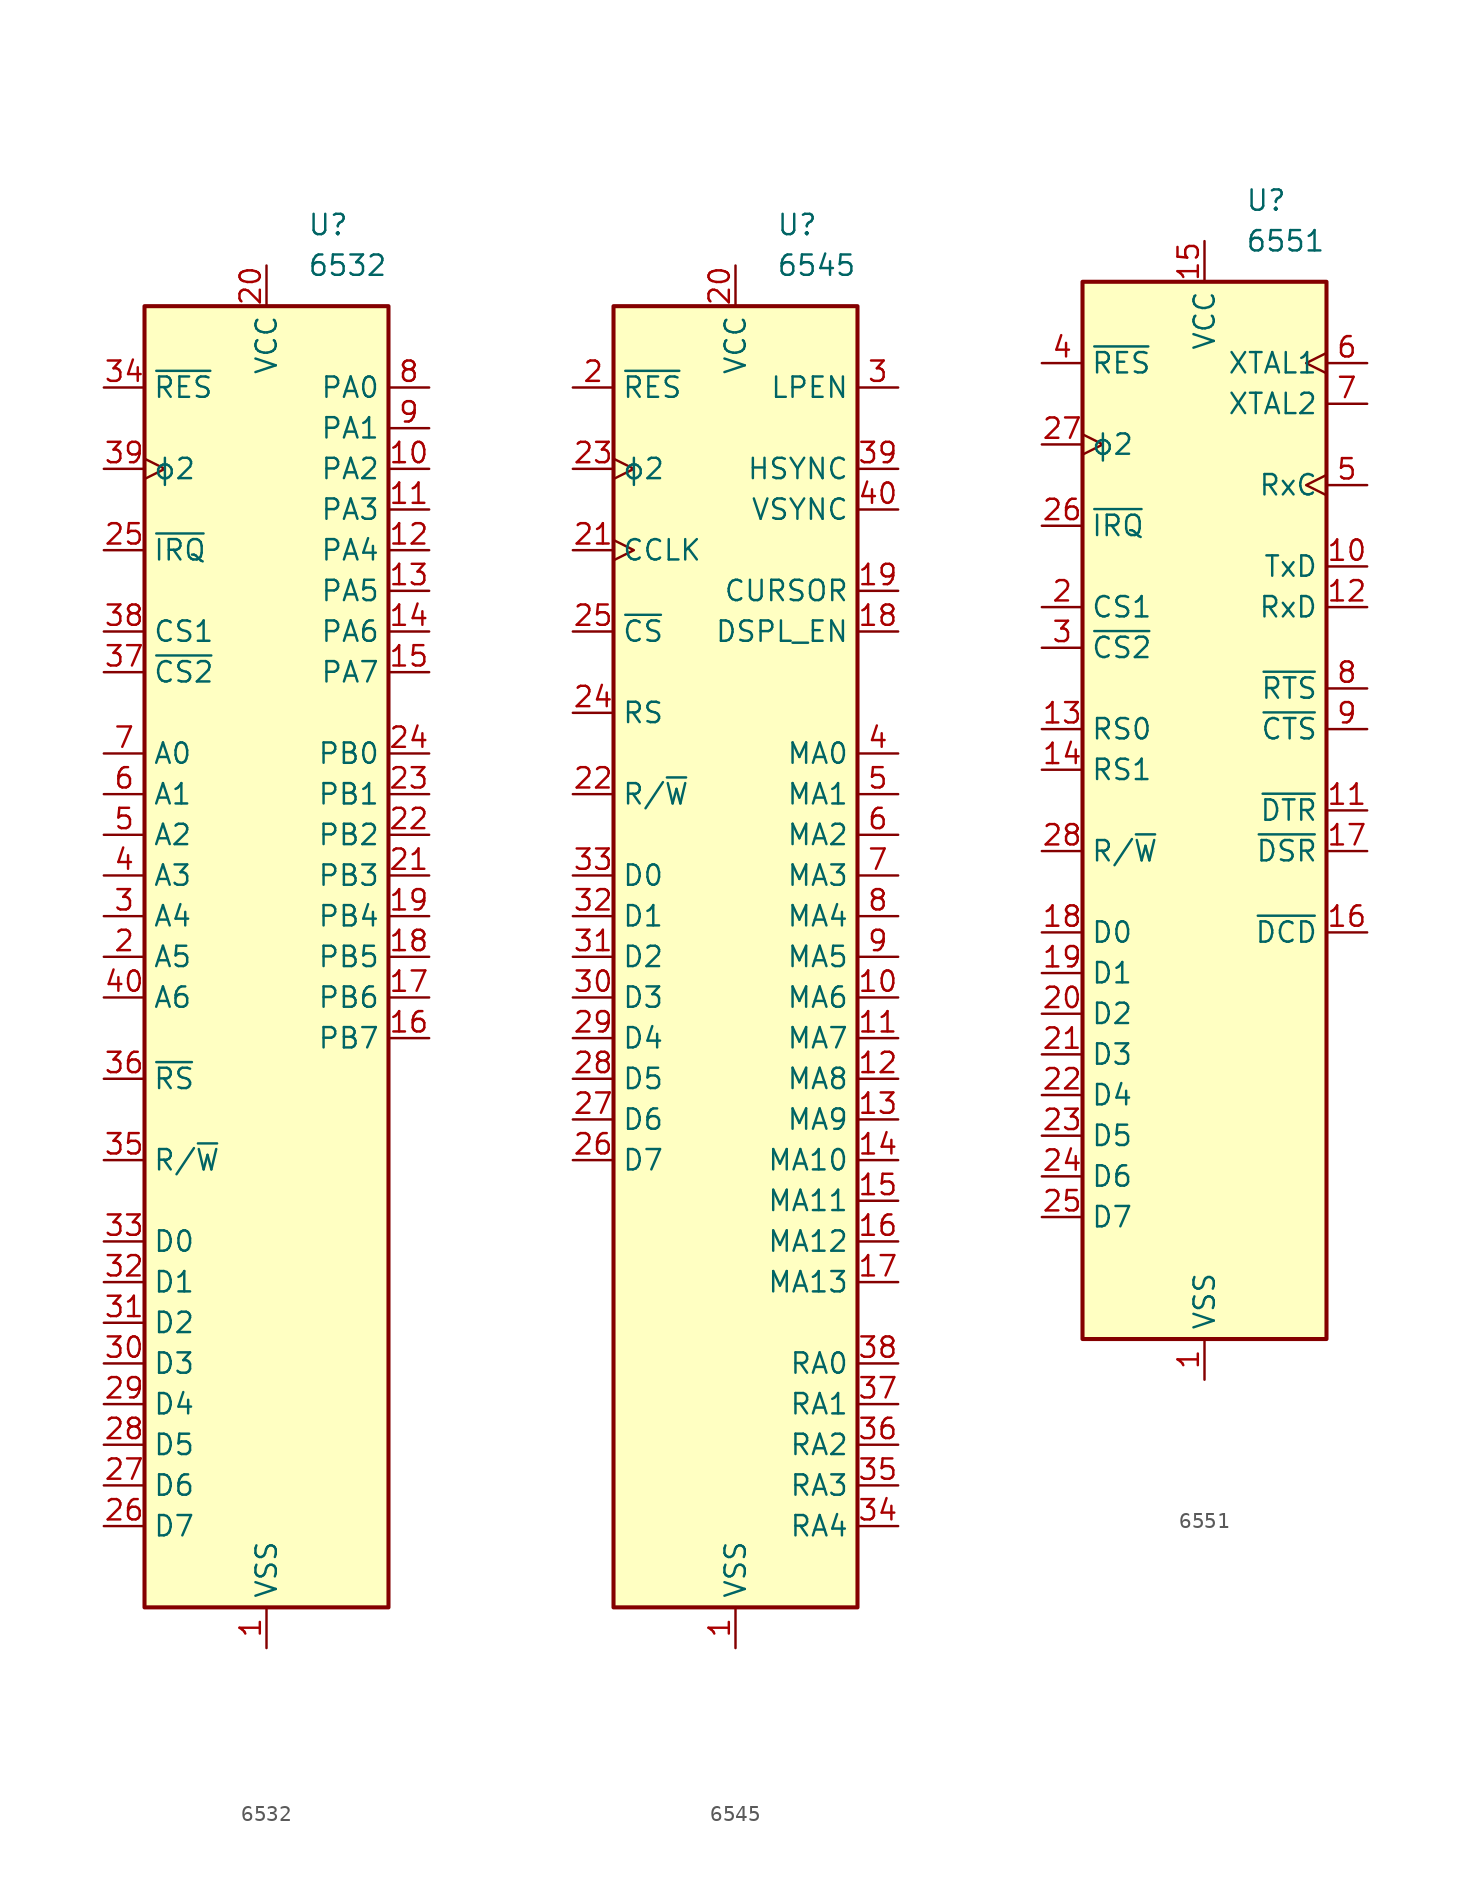
<source format=kicad_sym>
(kicad_symbol_lib
  (version 20220914)
  (generator kicad_symbol_editor)
  (symbol "6532"
    (property "Reference" "U"
      (at 2.54 45.72 0)
      (effects (font (size 1.27 1.27)) (justify left)))
    (property "Value" "6532"
      (at 2.54 43.18 0)
      (effects (font (size 1.27 1.27)) (justify left)))
    (symbol "6532_1_1"
      (rectangle (start -7.62 40.64) (end 7.62 -40.64) (stroke (width 0.254) (type default)) (fill (type background)))
      (pin power_in line (at 0 -43.18 90) (length 2.54) (name "VSS" (effects (font (size 1.27 1.27)))) (number "1" (effects (font (size 1.27 1.27)))))
      (pin bidirectional line (at 10.16 30.48 180) (length 2.54) (name "PA2" (effects (font (size 1.27 1.27)))) (number "10" (effects (font (size 1.27 1.27)))))
      (pin bidirectional line (at 10.16 27.94 180) (length 2.54) (name "PA3" (effects (font (size 1.27 1.27)))) (number "11" (effects (font (size 1.27 1.27)))))
      (pin bidirectional line (at 10.16 25.4 180) (length 2.54) (name "PA4" (effects (font (size 1.27 1.27)))) (number "12" (effects (font (size 1.27 1.27)))))
      (pin bidirectional line (at 10.16 22.86 180) (length 2.54) (name "PA5" (effects (font (size 1.27 1.27)))) (number "13" (effects (font (size 1.27 1.27)))))
      (pin bidirectional line (at 10.16 20.32 180) (length 2.54) (name "PA6" (effects (font (size 1.27 1.27)))) (number "14" (effects (font (size 1.27 1.27)))))
      (pin bidirectional line (at 10.16 17.78 180) (length 2.54) (name "PA7" (effects (font (size 1.27 1.27)))) (number "15" (effects (font (size 1.27 1.27)))))
      (pin bidirectional line (at 10.16 -5.08 180) (length 2.54) (name "PB7" (effects (font (size 1.27 1.27)))) (number "16" (effects (font (size 1.27 1.27)))))
      (pin bidirectional line (at 10.16 -2.54 180) (length 2.54) (name "PB6" (effects (font (size 1.27 1.27)))) (number "17" (effects (font (size 1.27 1.27)))))
      (pin bidirectional line (at 10.16 0 180) (length 2.54) (name "PB5" (effects (font (size 1.27 1.27)))) (number "18" (effects (font (size 1.27 1.27)))))
      (pin bidirectional line (at 10.16 2.54 180) (length 2.54) (name "PB4" (effects (font (size 1.27 1.27)))) (number "19" (effects (font (size 1.27 1.27)))))
      (pin input line (at -10.16 0 0) (length 2.54) (name "A5" (effects (font (size 1.27 1.27)))) (number "2" (effects (font (size 1.27 1.27)))))
      (pin power_in line (at 0 43.18 270) (length 2.54) (name "VCC" (effects (font (size 1.27 1.27)))) (number "20" (effects (font (size 1.27 1.27)))))
      (pin bidirectional line (at 10.16 5.08 180) (length 2.54) (name "PB3" (effects (font (size 1.27 1.27)))) (number "21" (effects (font (size 1.27 1.27)))))
      (pin bidirectional line (at 10.16 7.62 180) (length 2.54) (name "PB2" (effects (font (size 1.27 1.27)))) (number "22" (effects (font (size 1.27 1.27)))))
      (pin bidirectional line (at 10.16 10.16 180) (length 2.54) (name "PB1" (effects (font (size 1.27 1.27)))) (number "23" (effects (font (size 1.27 1.27)))))
      (pin bidirectional line (at 10.16 12.7 180) (length 2.54) (name "PB0" (effects (font (size 1.27 1.27)))) (number "24" (effects (font (size 1.27 1.27)))))
      (pin open_collector line (at -10.16 25.4 0) (length 2.54) (name "~{IRQ}" (effects (font (size 1.27 1.27)))) (number "25" (effects (font (size 1.27 1.27)))))
      (pin bidirectional line (at -10.16 -35.56 0) (length 2.54) (name "D7" (effects (font (size 1.27 1.27)))) (number "26" (effects (font (size 1.27 1.27)))))
      (pin bidirectional line (at -10.16 -33.02 0) (length 2.54) (name "D6" (effects (font (size 1.27 1.27)))) (number "27" (effects (font (size 1.27 1.27)))))
      (pin bidirectional line (at -10.16 -30.48 0) (length 2.54) (name "D5" (effects (font (size 1.27 1.27)))) (number "28" (effects (font (size 1.27 1.27)))))
      (pin bidirectional line (at -10.16 -27.94 0) (length 2.54) (name "D4" (effects (font (size 1.27 1.27)))) (number "29" (effects (font (size 1.27 1.27)))))
      (pin input line (at -10.16 2.54 0) (length 2.54) (name "A4" (effects (font (size 1.27 1.27)))) (number "3" (effects (font (size 1.27 1.27)))))
      (pin bidirectional line (at -10.16 -25.4 0) (length 2.54) (name "D3" (effects (font (size 1.27 1.27)))) (number "30" (effects (font (size 1.27 1.27)))))
      (pin bidirectional line (at -10.16 -22.86 0) (length 2.54) (name "D2" (effects (font (size 1.27 1.27)))) (number "31" (effects (font (size 1.27 1.27)))))
      (pin bidirectional line (at -10.16 -20.32 0) (length 2.54) (name "D1" (effects (font (size 1.27 1.27)))) (number "32" (effects (font (size 1.27 1.27)))))
      (pin bidirectional line (at -10.16 -17.78 0) (length 2.54) (name "D0" (effects (font (size 1.27 1.27)))) (number "33" (effects (font (size 1.27 1.27)))))
      (pin input line (at -10.16 35.56 0) (length 2.54) (name "~{RES}" (effects (font (size 1.27 1.27)))) (number "34" (effects (font (size 1.27 1.27)))))
      (pin input line (at -10.16 -12.7 0) (length 2.54) (name "R/~{W}" (effects (font (size 1.27 1.27)))) (number "35" (effects (font (size 1.27 1.27)))))
      (pin input line (at -10.16 -7.62 0) (length 2.54) (name "~{RS}" (effects (font (size 1.27 1.27)))) (number "36" (effects (font (size 1.27 1.27)))))
      (pin input line (at -10.16 17.78 0) (length 2.54) (name "~{CS2}" (effects (font (size 1.27 1.27)))) (number "37" (effects (font (size 1.27 1.27)))))
      (pin input line (at -10.16 20.32 0) (length 2.54) (name "CS1" (effects (font (size 1.27 1.27)))) (number "38" (effects (font (size 1.27 1.27)))))
      (pin input clock (at -10.16 30.48 0) (length 2.54) (name "ϕ2" (effects (font (size 1.27 1.27)))) (number "39" (effects (font (size 1.27 1.27)))))
      (pin input line (at -10.16 5.08 0) (length 2.54) (name "A3" (effects (font (size 1.27 1.27)))) (number "4" (effects (font (size 1.27 1.27)))))
      (pin input line (at -10.16 -2.54 0) (length 2.54) (name "A6" (effects (font (size 1.27 1.27)))) (number "40" (effects (font (size 1.27 1.27)))))
      (pin input line (at -10.16 7.62 0) (length 2.54) (name "A2" (effects (font (size 1.27 1.27)))) (number "5" (effects (font (size 1.27 1.27)))))
      (pin input line (at -10.16 10.16 0) (length 2.54) (name "A1" (effects (font (size 1.27 1.27)))) (number "6" (effects (font (size 1.27 1.27)))))
      (pin input line (at -10.16 12.7 0) (length 2.54) (name "A0" (effects (font (size 1.27 1.27)))) (number "7" (effects (font (size 1.27 1.27)))))
      (pin bidirectional line (at 10.16 35.56 180) (length 2.54) (name "PA0" (effects (font (size 1.27 1.27)))) (number "8" (effects (font (size 1.27 1.27)))))
      (pin bidirectional line (at 10.16 33.02 180) (length 2.54) (name "PA1" (effects (font (size 1.27 1.27)))) (number "9" (effects (font (size 1.27 1.27)))))))
  (symbol "6545"
    (property "Reference" "U"
      (at 2.54 45.72 0)
      (effects (font (size 1.27 1.27)) (justify left)))
    (property "Value" "6545"
      (at 2.54 43.18 0)
      (effects (font (size 1.27 1.27)) (justify left)))
    (symbol "6545_0_1"
      (rectangle (start -7.62 40.64) (end 7.62 -40.64) (stroke (width 0.254) (type default)) (fill (type background))))
    (symbol "6545_1_1"
      (pin power_in line (at 0 -43.18 90) (length 2.54) (name "VSS" (effects (font (size 1.27 1.27)))) (number "1" (effects (font (size 1.27 1.27)))))
      (pin output line (at 10.16 -2.54 180) (length 2.54) (name "MA6" (effects (font (size 1.27 1.27)))) (number "10" (effects (font (size 1.27 1.27)))))
      (pin output line (at 10.16 -5.08 180) (length 2.54) (name "MA7" (effects (font (size 1.27 1.27)))) (number "11" (effects (font (size 1.27 1.27)))))
      (pin output line (at 10.16 -7.62 180) (length 2.54) (name "MA8" (effects (font (size 1.27 1.27)))) (number "12" (effects (font (size 1.27 1.27)))))
      (pin output line (at 10.16 -10.16 180) (length 2.54) (name "MA9" (effects (font (size 1.27 1.27)))) (number "13" (effects (font (size 1.27 1.27)))))
      (pin output line (at 10.16 -12.7 180) (length 2.54) (name "MA10" (effects (font (size 1.27 1.27)))) (number "14" (effects (font (size 1.27 1.27)))))
      (pin output line (at 10.16 -15.24 180) (length 2.54) (name "MA11" (effects (font (size 1.27 1.27)))) (number "15" (effects (font (size 1.27 1.27)))))
      (pin output line (at 10.16 -17.78 180) (length 2.54) (name "MA12" (effects (font (size 1.27 1.27)))) (number "16" (effects (font (size 1.27 1.27)))))
      (pin output line (at 10.16 -20.32 180) (length 2.54) (name "MA13" (effects (font (size 1.27 1.27)))) (number "17" (effects (font (size 1.27 1.27)))))
      (pin output line (at 10.16 20.32 180) (length 2.54) (name "DSPL_EN" (effects (font (size 1.27 1.27)))) (number "18" (effects (font (size 1.27 1.27)))))
      (pin output line (at 10.16 22.86 180) (length 2.54) (name "CURSOR" (effects (font (size 1.27 1.27)))) (number "19" (effects (font (size 1.27 1.27)))))
      (pin input line (at -10.16 35.56 0) (length 2.54) (name "~{RES}" (effects (font (size 1.27 1.27)))) (number "2" (effects (font (size 1.27 1.27)))))
      (pin power_in line (at 0 43.18 270) (length 2.54) (name "VCC" (effects (font (size 1.27 1.27)))) (number "20" (effects (font (size 1.27 1.27)))))
      (pin input clock (at -10.16 25.4 0) (length 2.54) (name "CCLK" (effects (font (size 1.27 1.27)))) (number "21" (effects (font (size 1.27 1.27)))))
      (pin input line (at -10.16 10.16 0) (length 2.54) (name "R/~{W}" (effects (font (size 1.27 1.27)))) (number "22" (effects (font (size 1.27 1.27)))))
      (pin input clock (at -10.16 30.48 0) (length 2.54) (name "ϕ2" (effects (font (size 1.27 1.27)))) (number "23" (effects (font (size 1.27 1.27)))))
      (pin input line (at -10.16 15.24 0) (length 2.54) (name "RS" (effects (font (size 1.27 1.27)))) (number "24" (effects (font (size 1.27 1.27)))))
      (pin input line (at -10.16 20.32 0) (length 2.54) (name "~{CS}" (effects (font (size 1.27 1.27)))) (number "25" (effects (font (size 1.27 1.27)))))
      (pin bidirectional line (at -10.16 -12.7 0) (length 2.54) (name "D7" (effects (font (size 1.27 1.27)))) (number "26" (effects (font (size 1.27 1.27)))))
      (pin bidirectional line (at -10.16 -10.16 0) (length 2.54) (name "D6" (effects (font (size 1.27 1.27)))) (number "27" (effects (font (size 1.27 1.27)))))
      (pin bidirectional line (at -10.16 -7.62 0) (length 2.54) (name "D5" (effects (font (size 1.27 1.27)))) (number "28" (effects (font (size 1.27 1.27)))))
      (pin bidirectional line (at -10.16 -5.08 0) (length 2.54) (name "D4" (effects (font (size 1.27 1.27)))) (number "29" (effects (font (size 1.27 1.27)))))
      (pin input line (at 10.16 35.56 180) (length 2.54) (name "LPEN" (effects (font (size 1.27 1.27)))) (number "3" (effects (font (size 1.27 1.27)))))
      (pin bidirectional line (at -10.16 -2.54 0) (length 2.54) (name "D3" (effects (font (size 1.27 1.27)))) (number "30" (effects (font (size 1.27 1.27)))))
      (pin bidirectional line (at -10.16 0 0) (length 2.54) (name "D2" (effects (font (size 1.27 1.27)))) (number "31" (effects (font (size 1.27 1.27)))))
      (pin bidirectional line (at -10.16 2.54 0) (length 2.54) (name "D1" (effects (font (size 1.27 1.27)))) (number "32" (effects (font (size 1.27 1.27)))))
      (pin bidirectional line (at -10.16 5.08 0) (length 2.54) (name "D0" (effects (font (size 1.27 1.27)))) (number "33" (effects (font (size 1.27 1.27)))))
      (pin output line (at 10.16 -35.56 180) (length 2.54) (name "RA4" (effects (font (size 1.27 1.27)))) (number "34" (effects (font (size 1.27 1.27)))))
      (pin output line (at 10.16 -33.02 180) (length 2.54) (name "RA3" (effects (font (size 1.27 1.27)))) (number "35" (effects (font (size 1.27 1.27)))))
      (pin output line (at 10.16 -30.48 180) (length 2.54) (name "RA2" (effects (font (size 1.27 1.27)))) (number "36" (effects (font (size 1.27 1.27)))))
      (pin output line (at 10.16 -27.94 180) (length 2.54) (name "RA1" (effects (font (size 1.27 1.27)))) (number "37" (effects (font (size 1.27 1.27)))))
      (pin output line (at 10.16 -25.4 180) (length 2.54) (name "RA0" (effects (font (size 1.27 1.27)))) (number "38" (effects (font (size 1.27 1.27)))))
      (pin output line (at 10.16 30.48 180) (length 2.54) (name "HSYNC" (effects (font (size 1.27 1.27)))) (number "39" (effects (font (size 1.27 1.27)))))
      (pin output line (at 10.16 12.7 180) (length 2.54) (name "MA0" (effects (font (size 1.27 1.27)))) (number "4" (effects (font (size 1.27 1.27)))))
      (pin output line (at 10.16 27.94 180) (length 2.54) (name "VSYNC" (effects (font (size 1.27 1.27)))) (number "40" (effects (font (size 1.27 1.27)))))
      (pin output line (at 10.16 10.16 180) (length 2.54) (name "MA1" (effects (font (size 1.27 1.27)))) (number "5" (effects (font (size 1.27 1.27)))))
      (pin output line (at 10.16 7.62 180) (length 2.54) (name "MA2" (effects (font (size 1.27 1.27)))) (number "6" (effects (font (size 1.27 1.27)))))
      (pin output line (at 10.16 5.08 180) (length 2.54) (name "MA3" (effects (font (size 1.27 1.27)))) (number "7" (effects (font (size 1.27 1.27)))))
      (pin output line (at 10.16 2.54 180) (length 2.54) (name "MA4" (effects (font (size 1.27 1.27)))) (number "8" (effects (font (size 1.27 1.27)))))
      (pin output line (at 10.16 0 180) (length 2.54) (name "MA5" (effects (font (size 1.27 1.27)))) (number "9" (effects (font (size 1.27 1.27)))))))
  (symbol "6551"
    (property "Reference" "U"
      (at 2.54 38.1 0)
      (effects (font (size 1.27 1.27)) (justify left)))
    (property "Value" "6551"
      (at 2.54 35.56 0)
      (effects (font (size 1.27 1.27)) (justify left)))
    (symbol "6551_0_1"
      (rectangle (start -7.62 33.02) (end 7.62 -33.02) (stroke (width 0.254) (type default)) (fill (type background))))
    (symbol "6551_1_1"
      (pin power_in line (at 0 -35.56 90) (length 2.54) (name "VSS" (effects (font (size 1.27 1.27)))) (number "1" (effects (font (size 1.27 1.27)))))
      (pin output line (at 10.16 15.24 180) (length 2.54) (name "TxD" (effects (font (size 1.27 1.27)))) (number "10" (effects (font (size 1.27 1.27)))))
      (pin output line (at 10.16 0 180) (length 2.54) (name "~{DTR}" (effects (font (size 1.27 1.27)))) (number "11" (effects (font (size 1.27 1.27)))))
      (pin input line (at 10.16 12.7 180) (length 2.54) (name "RxD" (effects (font (size 1.27 1.27)))) (number "12" (effects (font (size 1.27 1.27)))))
      (pin input line (at -10.16 5.08 0) (length 2.54) (name "RS0" (effects (font (size 1.27 1.27)))) (number "13" (effects (font (size 1.27 1.27)))))
      (pin input line (at -10.16 2.54 0) (length 2.54) (name "RS1" (effects (font (size 1.27 1.27)))) (number "14" (effects (font (size 1.27 1.27)))))
      (pin power_in line (at 0 35.56 270) (length 2.54) (name "VCC" (effects (font (size 1.27 1.27)))) (number "15" (effects (font (size 1.27 1.27)))))
      (pin input line (at 10.16 -7.62 180) (length 2.54) (name "~{DCD}" (effects (font (size 1.27 1.27)))) (number "16" (effects (font (size 1.27 1.27)))))
      (pin input line (at 10.16 -2.54 180) (length 2.54) (name "~{DSR}" (effects (font (size 1.27 1.27)))) (number "17" (effects (font (size 1.27 1.27)))))
      (pin bidirectional line (at -10.16 -7.62 0) (length 2.54) (name "D0" (effects (font (size 1.27 1.27)))) (number "18" (effects (font (size 1.27 1.27)))))
      (pin bidirectional line (at -10.16 -10.16 0) (length 2.54) (name "D1" (effects (font (size 1.27 1.27)))) (number "19" (effects (font (size 1.27 1.27)))))
      (pin input line (at -10.16 12.7 0) (length 2.54) (name "CS1" (effects (font (size 1.27 1.27)))) (number "2" (effects (font (size 1.27 1.27)))))
      (pin bidirectional line (at -10.16 -12.7 0) (length 2.54) (name "D2" (effects (font (size 1.27 1.27)))) (number "20" (effects (font (size 1.27 1.27)))))
      (pin bidirectional line (at -10.16 -15.24 0) (length 2.54) (name "D3" (effects (font (size 1.27 1.27)))) (number "21" (effects (font (size 1.27 1.27)))))
      (pin bidirectional line (at -10.16 -17.78 0) (length 2.54) (name "D4" (effects (font (size 1.27 1.27)))) (number "22" (effects (font (size 1.27 1.27)))))
      (pin bidirectional line (at -10.16 -20.32 0) (length 2.54) (name "D5" (effects (font (size 1.27 1.27)))) (number "23" (effects (font (size 1.27 1.27)))))
      (pin bidirectional line (at -10.16 -22.86 0) (length 2.54) (name "D6" (effects (font (size 1.27 1.27)))) (number "24" (effects (font (size 1.27 1.27)))))
      (pin bidirectional line (at -10.16 -25.4 0) (length 2.54) (name "D7" (effects (font (size 1.27 1.27)))) (number "25" (effects (font (size 1.27 1.27)))))
      (pin open_collector line (at -10.16 17.78 0) (length 2.54) (name "~{IRQ}" (effects (font (size 1.27 1.27)))) (number "26" (effects (font (size 1.27 1.27)))))
      (pin input clock (at -10.16 22.86 0) (length 2.54) (name "ϕ2" (effects (font (size 1.27 1.27)))) (number "27" (effects (font (size 1.27 1.27)))))
      (pin input line (at -10.16 -2.54 0) (length 2.54) (name "R/~{W}" (effects (font (size 1.27 1.27)))) (number "28" (effects (font (size 1.27 1.27)))))
      (pin input line (at -10.16 10.16 0) (length 2.54) (name "~{CS2}" (effects (font (size 1.27 1.27)))) (number "3" (effects (font (size 1.27 1.27)))))
      (pin input line (at -10.16 27.94 0) (length 2.54) (name "~{RES}" (effects (font (size 1.27 1.27)))) (number "4" (effects (font (size 1.27 1.27)))))
      (pin bidirectional clock (at 10.16 20.32 180) (length 2.54) (name "RxC" (effects (font (size 1.27 1.27)))) (number "5" (effects (font (size 1.27 1.27)))))
      (pin input clock (at 10.16 27.94 180) (length 2.54) (name "XTAL1" (effects (font (size 1.27 1.27)))) (number "6" (effects (font (size 1.27 1.27)))))
      (pin output line (at 10.16 25.4 180) (length 2.54) (name "XTAL2" (effects (font (size 1.27 1.27)))) (number "7" (effects (font (size 1.27 1.27)))))
      (pin output line (at 10.16 7.62 180) (length 2.54) (name "~{RTS}" (effects (font (size 1.27 1.27)))) (number "8" (effects (font (size 1.27 1.27)))))
      (pin input line (at 10.16 5.08 180) (length 2.54) (name "~{CTS}" (effects (font (size 1.27 1.27)))) (number "9" (effects (font (size 1.27 1.27))))))))
</source>
